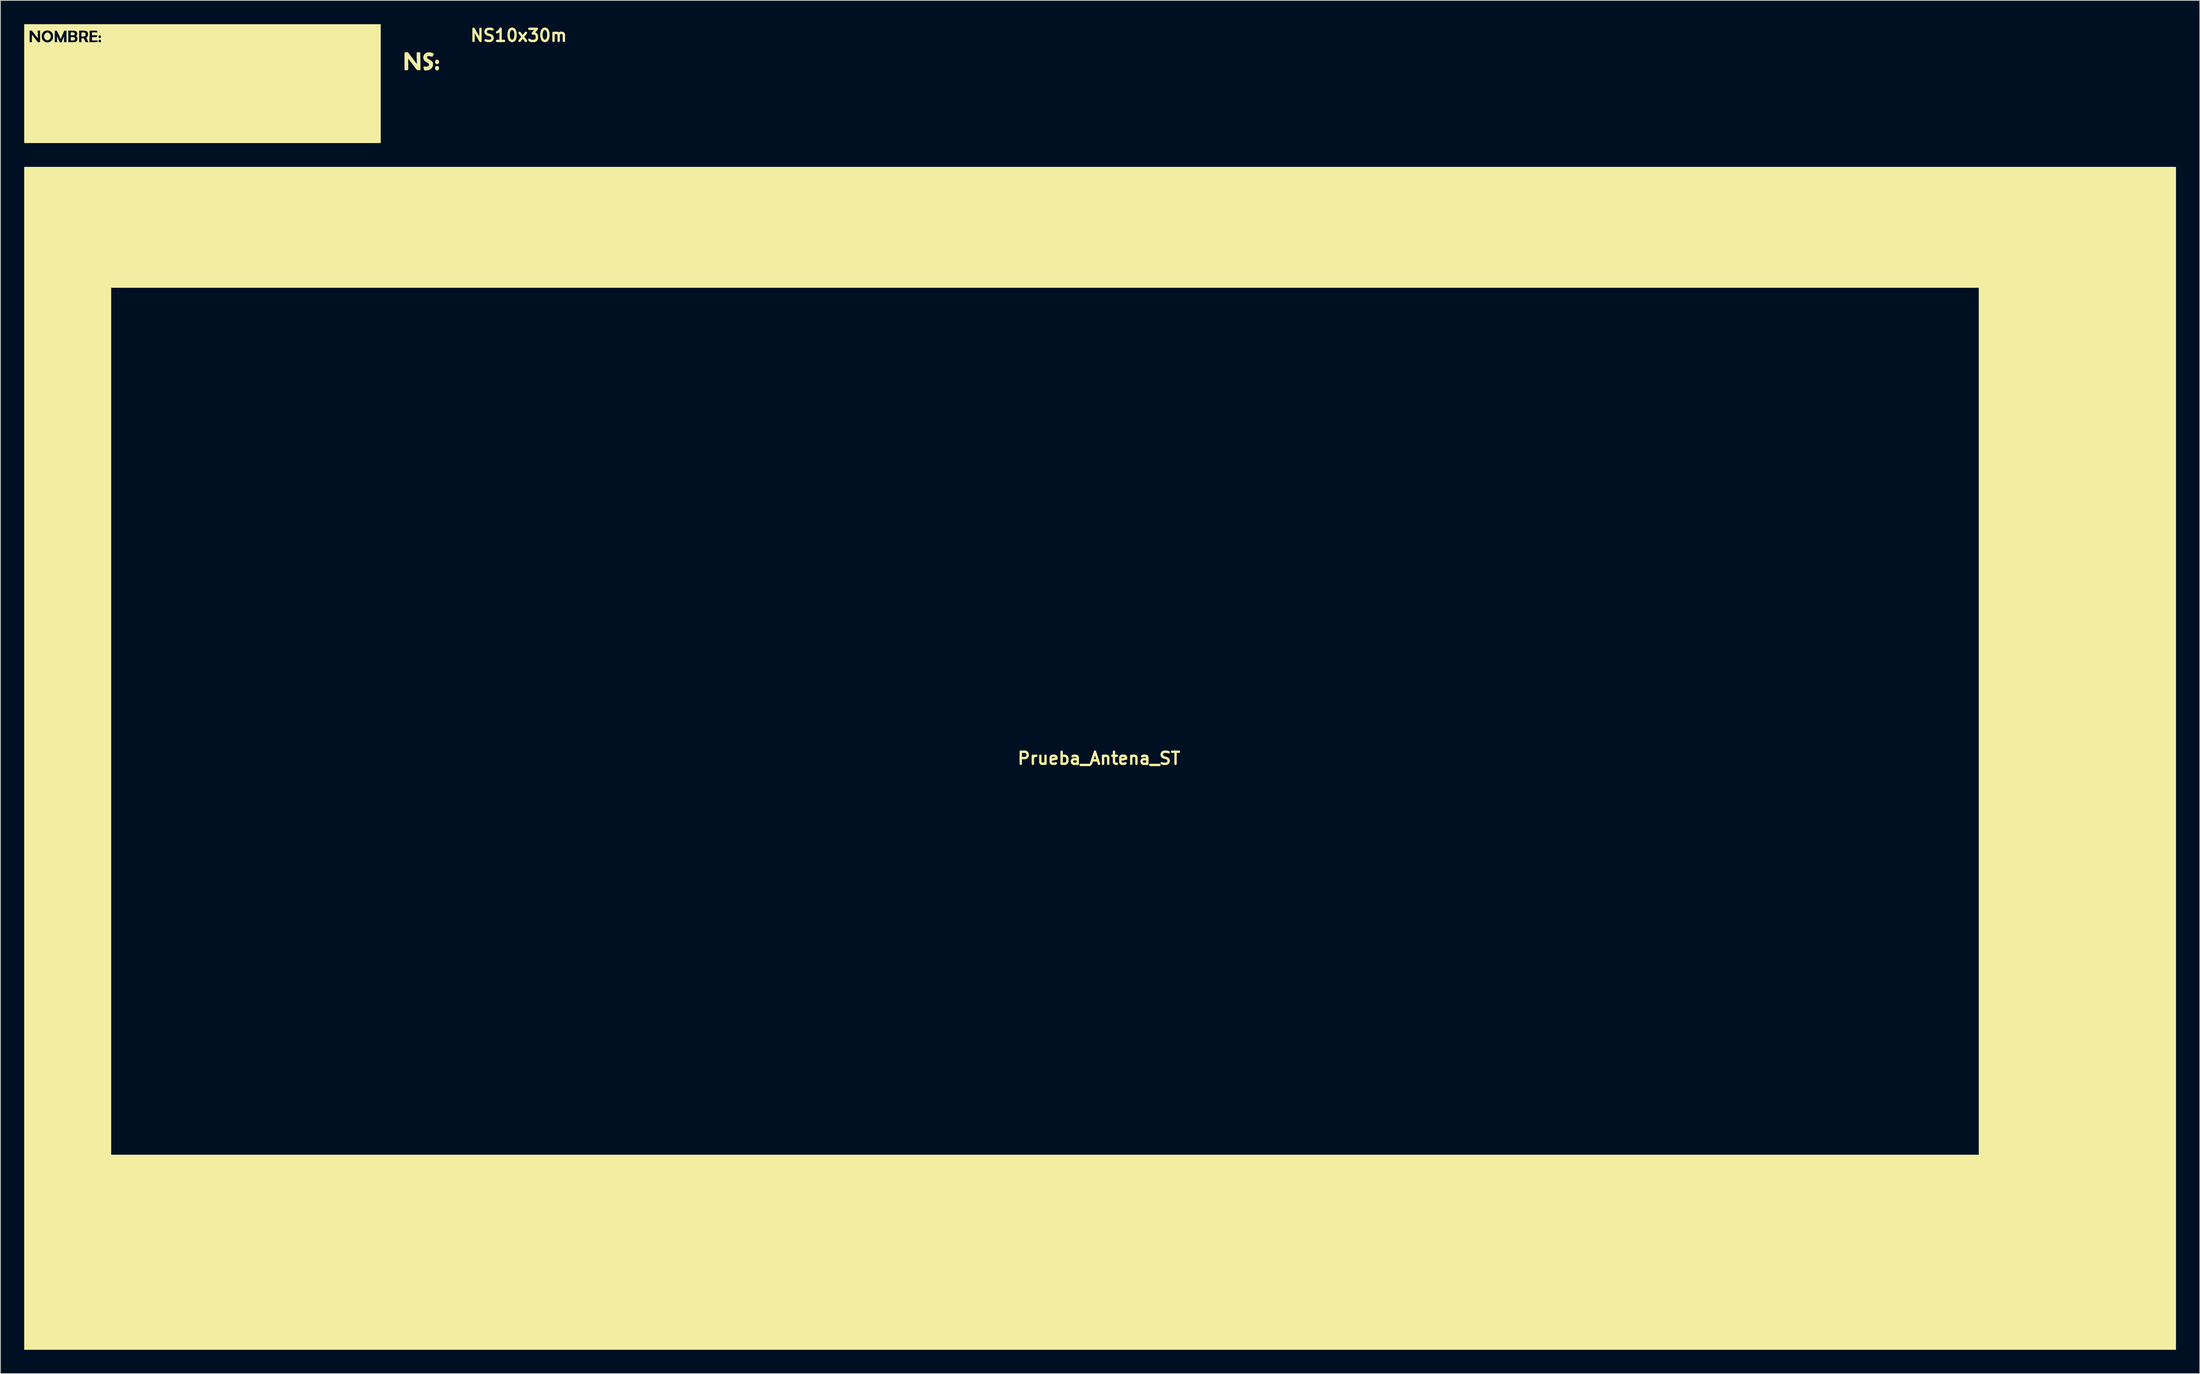
<source format=kicad_pcb>
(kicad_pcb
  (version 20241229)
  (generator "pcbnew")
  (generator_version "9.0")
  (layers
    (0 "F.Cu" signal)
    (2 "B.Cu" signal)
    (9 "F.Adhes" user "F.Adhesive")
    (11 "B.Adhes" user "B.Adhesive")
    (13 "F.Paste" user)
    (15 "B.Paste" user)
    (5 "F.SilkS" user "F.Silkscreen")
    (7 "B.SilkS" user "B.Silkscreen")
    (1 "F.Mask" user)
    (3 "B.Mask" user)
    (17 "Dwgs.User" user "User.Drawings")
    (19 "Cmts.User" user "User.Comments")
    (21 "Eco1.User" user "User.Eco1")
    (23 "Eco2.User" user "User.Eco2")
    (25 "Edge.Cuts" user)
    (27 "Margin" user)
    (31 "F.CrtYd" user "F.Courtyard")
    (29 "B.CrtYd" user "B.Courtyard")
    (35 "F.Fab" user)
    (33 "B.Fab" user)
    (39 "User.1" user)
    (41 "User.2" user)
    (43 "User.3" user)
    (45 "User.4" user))
  (footprint "Nombre45x15mm"
    (layer "F.Cu")
    (at 22.483 7.498)
    (property "Reference" "Nombre45x15mm" (at 0 0 0) (layer "F.SilkS") (effects (font (size 1.524 1.524) (thickness 0.3))))
    (attr through_hole)
    (fp_poly (pts (xy -14.97 -6.454) (xy -14.907 -6.446) (xy -14.863 -6.427) (xy -14.823 -6.392) (xy -14.817 -6.387) (xy -14.773 -6.332) (xy -14.752 -6.271) (xy -14.748 -6.194) (xy -14.757 -6.095) (xy -14.787 -6.027) (xy -14.847 -5.983) (xy -14.942 -5.958) (xy -15.062 -5.948) (xy -15.262 -5.939) (xy -15.247 -6.456) (xy -15.067 -6.456) (xy -14.97 -6.454)) (stroke (width 0.01) (type solid)) (fill yes) (layer "F.SilkS"))
    (fp_poly (pts (xy -16.335 -6.462) (xy -16.221 -6.433) (xy -16.146 -6.378) (xy -16.111 -6.3) (xy -16.109 -6.273) (xy -16.124 -6.199) (xy -16.172 -6.147) (xy -16.258 -6.115) (xy -16.386 -6.099) (xy -16.398 -6.098) (xy -16.499 -6.095) (xy -16.559 -6.1) (xy -16.59 -6.114) (xy -16.597 -6.125) (xy -16.604 -6.169) (xy -16.606 -6.244) (xy -16.604 -6.309) (xy -16.596 -6.456) (xy -16.484 -6.464) (xy -16.335 -6.462)) (stroke (width 0.01) (type solid)) (fill yes) (layer "F.SilkS"))
    (fp_poly (pts (xy -16.286 -5.86) (xy -16.19 -5.837) (xy -16.125 -5.792) (xy -16.091 -5.741) (xy -16.075 -5.655) (xy -16.099 -5.569) (xy -16.158 -5.499) (xy -16.186 -5.481) (xy -16.249 -5.461) (xy -16.333 -5.448) (xy -16.425 -5.444) (xy -16.51 -5.448) (xy -16.573 -5.46) (xy -16.598 -5.478) (xy -16.604 -5.519) (xy -16.606 -5.594) (xy -16.604 -5.684) (xy -16.596 -5.857) (xy -16.421 -5.863) (xy -16.286 -5.86)) (stroke (width 0.01) (type solid)) (fill yes) (layer "F.SilkS"))
    (fp_poly (pts (xy -19.442 -6.42) (xy -19.335 -6.356) (xy -19.243 -6.262) (xy -19.174 -6.146) (xy -19.136 -6.018) (xy -19.131 -5.957) (xy -19.154 -5.821) (xy -19.217 -5.69) (xy -19.31 -5.577) (xy -19.411 -5.505) (xy -19.523 -5.473) (xy -19.64 -5.483) (xy -19.718 -5.516) (xy -19.84 -5.617) (xy -19.927 -5.743) (xy -19.974 -5.883) (xy -19.98 -5.957) (xy -19.96 -6.087) (xy -19.904 -6.21) (xy -19.822 -6.316) (xy -19.721 -6.395) (xy -19.609 -6.438) (xy -19.556 -6.444) (xy -19.442 -6.42)) (stroke (width 0.01) (type solid)) (fill yes) (layer "F.SilkS"))
    (fp_poly (pts (xy 22.478 7.493) (xy -22.478 7.493) (xy -22.478 -6.693) (xy -21.804 -6.693) (xy -21.804 -5.22) (xy -21.505 -5.22) (xy -21.498 -5.695) (xy -21.491 -6.17) (xy -21.129 -5.694) (xy -20.767 -5.219) (xy -20.617 -5.225) (xy -20.467 -5.232) (xy -20.468 -5.413) (xy -20.469 -5.494) (xy -20.469 -5.613) (xy -20.471 -5.761) (xy -20.472 -5.927) (xy -20.473 -5.967) (xy -20.28 -5.967) (xy -20.269 -5.79) (xy -20.233 -5.645) (xy -20.166 -5.52) (xy -20.067 -5.403) (xy -19.919 -5.288) (xy -19.751 -5.218) (xy -19.567 -5.195) (xy -19.37 -5.218) (xy -19.307 -5.234) (xy -19.179 -5.294) (xy -19.056 -5.39) (xy -18.952 -5.508) (xy -18.88 -5.636) (xy -18.873 -5.655) (xy -18.843 -5.792) (xy -18.833 -5.952) (xy -18.842 -6.112) (xy -18.871 -6.251) (xy -18.873 -6.258) (xy -18.942 -6.393) (xy -19.048 -6.517) (xy -19.177 -6.617) (xy -19.282 -6.665) (xy -18.632 -6.665) (xy -18.632 -5.22) (xy -18.332 -5.22) (xy -18.331 -5.588) (xy -18.33 -5.957) (xy -18.175 -5.607) (xy -18.12 -5.483) (xy -18.07 -5.375) (xy -18.031 -5.29) (xy -18.006 -5.237) (xy -18 -5.226) (xy -17.964 -5.207) (xy -17.899 -5.196) (xy -17.872 -5.195) (xy -17.765 -5.195) (xy -17.618 -5.563) (xy -17.47 -5.931) (xy -17.463 -5.574) (xy -17.456 -5.218) (xy -17.407 -5.22) (xy -15.56 -5.22) (xy -15.262 -5.22) (xy -15.255 -5.463) (xy -15.247 -5.707) (xy -15.127 -5.715) (xy -15.049 -5.714) (xy -14.99 -5.703) (xy -14.974 -5.696) (xy -14.951 -5.662) (xy -14.915 -5.593) (xy -14.873 -5.502) (xy -14.848 -5.444) (xy -14.754 -5.22) (xy -14.57 -5.22) (xy -14.481 -5.221) (xy -14.416 -5.224) (xy -14.411 -5.225) (xy -14.268 -5.225) (xy -13.753 -5.225) (xy -13.563 -5.226) (xy -13.42 -5.229) (xy -13.32 -5.234) (xy -13.26 -5.242) (xy -13.237 -5.252) (xy -13.237 -5.254) (xy -13.233 -5.296) (xy -13.224 -5.357) (xy -13.11 -5.357) (xy -13.087 -5.274) (xy -13.073 -5.25) (xy -13.016 -5.207) (xy -12.938 -5.195) (xy -12.862 -5.216) (xy -12.833 -5.236) (xy -12.798 -5.297) (xy -12.788 -5.379) (xy -12.804 -5.458) (xy -12.829 -5.499) (xy -12.892 -5.535) (xy -12.972 -5.542) (xy -13.047 -5.518) (xy -13.066 -5.503) (xy -13.103 -5.44) (xy -13.11 -5.357) (xy -13.224 -5.357) (xy -13.223 -5.362) (xy -13.221 -5.374) (xy -13.206 -5.466) (xy -13.54 -5.452) (xy -13.69 -5.446) (xy -13.797 -5.447) (xy -13.867 -5.458) (xy -13.909 -5.484) (xy -13.929 -5.529) (xy -13.934 -5.596) (xy -13.931 -5.686) (xy -13.924 -5.857) (xy -13.605 -5.864) (xy -13.474 -5.867) (xy -13.384 -5.872) (xy -13.329 -5.878) (xy -13.299 -5.889) (xy -13.288 -5.904) (xy -13.288 -5.91) (xy -13.111 -5.91) (xy -13.095 -5.83) (xy -13.071 -5.79) (xy -13.008 -5.754) (xy -12.928 -5.747) (xy -12.853 -5.771) (xy -12.833 -5.786) (xy -12.798 -5.846) (xy -12.788 -5.928) (xy -12.804 -6.008) (xy -12.829 -6.048) (xy -12.892 -6.085) (xy -12.972 -6.091) (xy -13.047 -6.067) (xy -13.066 -6.053) (xy -13.101 -5.992) (xy -13.111 -5.91) (xy -13.288 -5.91) (xy -13.287 -5.917) (xy -13.282 -5.975) (xy -13.272 -6.037) (xy -13.257 -6.111) (xy -13.924 -6.106) (xy -13.931 -6.273) (xy -13.933 -6.35) (xy -13.927 -6.404) (xy -13.906 -6.44) (xy -13.862 -6.46) (xy -13.79 -6.467) (xy -13.681 -6.465) (xy -13.53 -6.457) (xy -13.232 -6.439) (xy -13.25 -6.547) (xy -13.263 -6.617) (xy -13.274 -6.664) (xy -13.277 -6.672) (xy -13.304 -6.677) (xy -13.373 -6.681) (xy -13.476 -6.685) (xy -13.605 -6.687) (xy -13.753 -6.688) (xy -13.761 -6.688) (xy -14.236 -6.688) (xy -14.236 -6.272) (xy -14.237 -6.101) (xy -14.24 -5.916) (xy -14.245 -5.736) (xy -14.25 -5.582) (xy -14.252 -5.541) (xy -14.268 -5.225) (xy -14.411 -5.225) (xy -14.386 -5.228) (xy -14.386 -5.229) (xy -14.396 -5.254) (xy -14.423 -5.314) (xy -14.463 -5.402) (xy -14.512 -5.507) (xy -14.638 -5.777) (xy -14.549 -5.869) (xy -14.471 -5.982) (xy -14.427 -6.119) (xy -14.419 -6.264) (xy -14.447 -6.405) (xy -14.513 -6.528) (xy -14.515 -6.531) (xy -14.567 -6.587) (xy -14.628 -6.629) (xy -14.705 -6.659) (xy -14.807 -6.678) (xy -14.941 -6.689) (xy -15.114 -6.693) (xy -15.166 -6.693) (xy -15.56 -6.693) (xy -15.56 -5.22) (xy -17.407 -5.22) (xy -17.335 -5.223) (xy -16.921 -5.223) (xy -16.467 -5.228) (xy -16.304 -5.23) (xy -16.183 -5.233) (xy -16.097 -5.237) (xy -16.036 -5.245) (xy -15.994 -5.256) (xy -15.963 -5.271) (xy -15.942 -5.285) (xy -15.842 -5.379) (xy -15.783 -5.489) (xy -15.76 -5.624) (xy -15.759 -5.661) (xy -15.762 -5.751) (xy -15.774 -5.812) (xy -15.802 -5.863) (xy -15.847 -5.916) (xy -15.898 -5.978) (xy -15.912 -6.014) (xy -15.901 -6.026) (xy -15.862 -6.063) (xy -15.825 -6.132) (xy -15.796 -6.218) (xy -15.785 -6.302) (xy -15.784 -6.306) (xy -15.807 -6.438) (xy -15.873 -6.546) (xy -15.966 -6.62) (xy -16.009 -6.642) (xy -16.052 -6.658) (xy -16.105 -6.67) (xy -16.177 -6.678) (xy -16.277 -6.683) (xy -16.413 -6.687) (xy -16.496 -6.689) (xy -16.921 -6.699) (xy -16.921 -5.223) (xy -17.335 -5.223) (xy -17.301 -5.225) (xy -17.146 -5.232) (xy -17.132 -6.666) (xy -17.216 -6.682) (xy -17.298 -6.691) (xy -17.371 -6.689) (xy -17.395 -6.684) (xy -17.417 -6.672) (xy -17.44 -6.645) (xy -17.466 -6.6) (xy -17.499 -6.529) (xy -17.543 -6.428) (xy -17.6 -6.289) (xy -17.646 -6.175) (xy -17.706 -6.026) (xy -17.761 -5.893) (xy -17.807 -5.783) (xy -17.842 -5.702) (xy -17.862 -5.659) (xy -17.866 -5.653) (xy -17.883 -5.665) (xy -17.911 -5.712) (xy -17.933 -5.76) (xy -18.009 -5.935) (xy -18.085 -6.106) (xy -18.158 -6.266) (xy -18.225 -6.409) (xy -18.283 -6.528) (xy -18.33 -6.618) (xy -18.362 -6.673) (xy -18.374 -6.686) (xy -18.418 -6.691) (xy -18.489 -6.686) (xy -18.52 -6.682) (xy -18.632 -6.665) (xy -19.282 -6.665) (xy -19.317 -6.681) (xy -19.32 -6.682) (xy -19.499 -6.713) (xy -19.678 -6.705) (xy -19.845 -6.66) (xy -19.991 -6.582) (xy -20.082 -6.5) (xy -20.192 -6.345) (xy -20.256 -6.176) (xy -20.28 -5.985) (xy -20.28 -5.967) (xy -20.473 -5.967) (xy -20.474 -6.101) (xy -20.474 -6.144) (xy -20.48 -6.693) (xy -20.785 -6.693) (xy -20.776 -6.233) (xy -20.774 -6.087) (xy -20.773 -5.959) (xy -20.774 -5.856) (xy -20.776 -5.787) (xy -20.78 -5.761) (xy -20.797 -5.776) (xy -20.841 -5.827) (xy -20.906 -5.906) (xy -20.988 -6.009) (xy -21.083 -6.132) (xy -21.152 -6.221) (xy -21.512 -6.693) (xy -21.804 -6.693) (xy -22.478 -6.693) (xy -22.478 -7.493) (xy 22.478 -7.493) (xy 22.478 7.493)) (stroke (width 0.01) (type solid)) (fill yes) (layer "F.SilkS")))
  (footprint "NS10x30m"
    (layer "F.Cu")
    (at 62.371 1.418)
    (property "Reference" "NS10x30m" (at 0 0 0) (layer "F.SilkS") (effects (font (size 1.524 1.524) (thickness 0.3))))
    (attr through_hole)
    (fp_poly (pts (xy -10.217 3.069) (xy -10.14 3.124) (xy -10.081 3.199) (xy -10.065 3.236) (xy -10.049 3.345) (xy -10.07 3.445) (xy -10.12 3.529) (xy -10.192 3.588) (xy -10.279 3.616) (xy -10.372 3.605) (xy -10.409 3.588) (xy -10.492 3.516) (xy -10.536 3.412) (xy -10.544 3.336) (xy -10.524 3.22) (xy -10.47 3.127) (xy -10.39 3.067) (xy -10.295 3.047) (xy -10.217 3.069)) (stroke (width 0.01) (type solid)) (fill yes) (layer "F.SilkS"))
    (fp_poly (pts (xy -10.212 3.871) (xy -10.127 3.926) (xy -10.066 4.015) (xy -10.049 4.065) (xy -10.047 4.162) (xy -10.079 4.262) (xy -10.138 4.345) (xy -10.173 4.372) (xy -10.265 4.413) (xy -10.349 4.411) (xy -10.418 4.383) (xy -10.485 4.321) (xy -10.529 4.226) (xy -10.545 4.114) (xy -10.544 4.106) (xy -10.526 3.999) (xy -10.474 3.924) (xy -10.411 3.882) (xy -10.31 3.854) (xy -10.212 3.871)) (stroke (width 0.01) (type solid)) (fill yes) (layer "F.SilkS"))
    (fp_poly (pts (xy -11.193 2.141) (xy -11.165 2.145) (xy -11.071 2.164) (xy -10.968 2.193) (xy -10.87 2.226) (xy -10.788 2.26) (xy -10.732 2.29) (xy -10.714 2.31) (xy -10.725 2.346) (xy -10.753 2.41) (xy -10.79 2.489) (xy -10.831 2.568) (xy -10.868 2.635) (xy -10.895 2.675) (xy -10.902 2.681) (xy -10.938 2.68) (xy -11.005 2.665) (xy -11.077 2.645) (xy -11.232 2.608) (xy -11.363 2.599) (xy -11.465 2.617) (xy -11.533 2.662) (xy -11.563 2.732) (xy -11.564 2.75) (xy -11.559 2.81) (xy -11.539 2.86) (xy -11.499 2.907) (xy -11.431 2.958) (xy -11.328 3.018) (xy -11.251 3.06) (xy -11.089 3.155) (xy -10.97 3.244) (xy -10.888 3.335) (xy -10.838 3.436) (xy -10.812 3.555) (xy -10.807 3.634) (xy -10.826 3.82) (xy -10.889 3.988) (xy -10.992 4.133) (xy -11.133 4.252) (xy -11.309 4.341) (xy -11.5 4.393) (xy -11.669 4.416) (xy -11.802 4.414) (xy -11.879 4.396) (xy -11.91 4.373) (xy -11.936 4.325) (xy -11.961 4.242) (xy -11.975 4.184) (xy -11.994 4.089) (xy -12.004 4.011) (xy -12.006 3.964) (xy -12.005 3.96) (xy -11.986 3.943) (xy -11.939 3.935) (xy -11.857 3.936) (xy -11.782 3.94) (xy -11.617 3.942) (xy -11.492 3.924) (xy -11.4 3.884) (xy -11.339 3.829) (xy -11.295 3.737) (xy -11.299 3.641) (xy -11.339 3.565) (xy -11.382 3.525) (xy -11.457 3.471) (xy -11.551 3.411) (xy -11.604 3.38) (xy -11.762 3.282) (xy -11.877 3.186) (xy -11.956 3.085) (xy -12.005 2.973) (xy -12.017 2.929) (xy -12.032 2.754) (xy -12.003 2.587) (xy -11.933 2.435) (xy -11.825 2.307) (xy -11.747 2.248) (xy -11.58 2.169) (xy -11.397 2.133) (xy -11.193 2.141)) (stroke (width 0.01) (type solid)) (fill yes) (layer "F.SilkS"))
    (fp_poly (pts (xy -14.116 2.125) (xy -14.035 2.129) (xy -13.981 2.138) (xy -13.971 2.142) (xy -13.95 2.166) (xy -13.903 2.225) (xy -13.833 2.314) (xy -13.744 2.43) (xy -13.639 2.567) (xy -13.523 2.721) (xy -13.414 2.865) (xy -13.291 3.029) (xy -13.175 3.181) (xy -13.073 3.316) (xy -12.986 3.428) (xy -12.919 3.514) (xy -12.874 3.569) (xy -12.857 3.587) (xy -12.847 3.578) (xy -12.841 3.534) (xy -12.839 3.45) (xy -12.842 3.322) (xy -12.846 3.219) (xy -12.854 3.023) (xy -12.859 2.831) (xy -12.863 2.65) (xy -12.865 2.487) (xy -12.864 2.349) (xy -12.862 2.243) (xy -12.857 2.174) (xy -12.852 2.152) (xy -12.822 2.141) (xy -12.755 2.134) (xy -12.663 2.131) (xy -12.631 2.132) (xy -12.425 2.135) (xy -12.405 3.209) (xy -12.4 3.511) (xy -12.397 3.767) (xy -12.396 3.977) (xy -12.397 4.14) (xy -12.401 4.255) (xy -12.406 4.322) (xy -12.41 4.337) (xy -12.427 4.365) (xy -12.456 4.381) (xy -12.507 4.387) (xy -12.594 4.387) (xy -12.617 4.387) (xy -12.71 4.382) (xy -12.785 4.375) (xy -12.825 4.366) (xy -12.827 4.365) (xy -12.847 4.342) (xy -12.894 4.283) (xy -12.964 4.194) (xy -13.053 4.078) (xy -13.158 3.941) (xy -13.274 3.787) (xy -13.388 3.636) (xy -13.512 3.471) (xy -13.627 3.32) (xy -13.728 3.187) (xy -13.813 3.076) (xy -13.879 2.992) (xy -13.921 2.94) (xy -13.936 2.923) (xy -13.939 2.946) (xy -13.942 3.014) (xy -13.943 3.119) (xy -13.944 3.254) (xy -13.943 3.415) (xy -13.942 3.594) (xy -13.942 3.626) (xy -13.94 3.865) (xy -13.941 4.055) (xy -13.944 4.199) (xy -13.95 4.295) (xy -13.957 4.347) (xy -13.962 4.356) (xy -13.998 4.369) (xy -14.068 4.379) (xy -14.157 4.385) (xy -14.248 4.387) (xy -14.326 4.384) (xy -14.374 4.376) (xy -14.38 4.373) (xy -14.385 4.346) (xy -14.389 4.272) (xy -14.393 4.156) (xy -14.396 4.003) (xy -14.399 3.816) (xy -14.4 3.6) (xy -14.401 3.358) (xy -14.401 3.254) (xy -14.4 2.991) (xy -14.399 2.773) (xy -14.398 2.596) (xy -14.397 2.456) (xy -14.394 2.349) (xy -14.391 2.269) (xy -14.386 2.214) (xy -14.381 2.177) (xy -14.373 2.155) (xy -14.364 2.144) (xy -14.352 2.138) (xy -14.349 2.137) (xy -14.29 2.128) (xy -14.206 2.124) (xy -14.116 2.125)) (stroke (width 0.01) (type solid)) (fill yes) (layer "F.SilkS")))
  (footprint "Prueba_Antena_ST"
    (layer "F.Cu")
    (at 135.561 92.596)
    (property "Reference" "Prueba_Antena_ST" (at 0 0 0) (layer "F.SilkS") (effects (font (size 1.524 1.524) (thickness 0.3))))
    (attr through_hole)
    (fp_poly (pts (xy 135.823 74.596) (xy -135.556 74.596) (xy -135.556 -59.356) (xy -124.594 -59.356) (xy -124.594 49.998) (xy 110.958 49.998) (xy 110.958 -59.356) (xy -124.594 -59.356) (xy -135.556 -59.356) (xy -135.556 -74.596) (xy 135.823 -74.596) (xy 135.823 74.596)) (stroke (width 0.01) (type solid)) (fill yes) (layer "F.SilkS")))
  (gr_rect
    (start -3 -3)
    (end 274.389 170.197)
    (stroke (width 0.1) (type default))
    (fill no)
    (layer "Edge.Cuts")))
</source>
